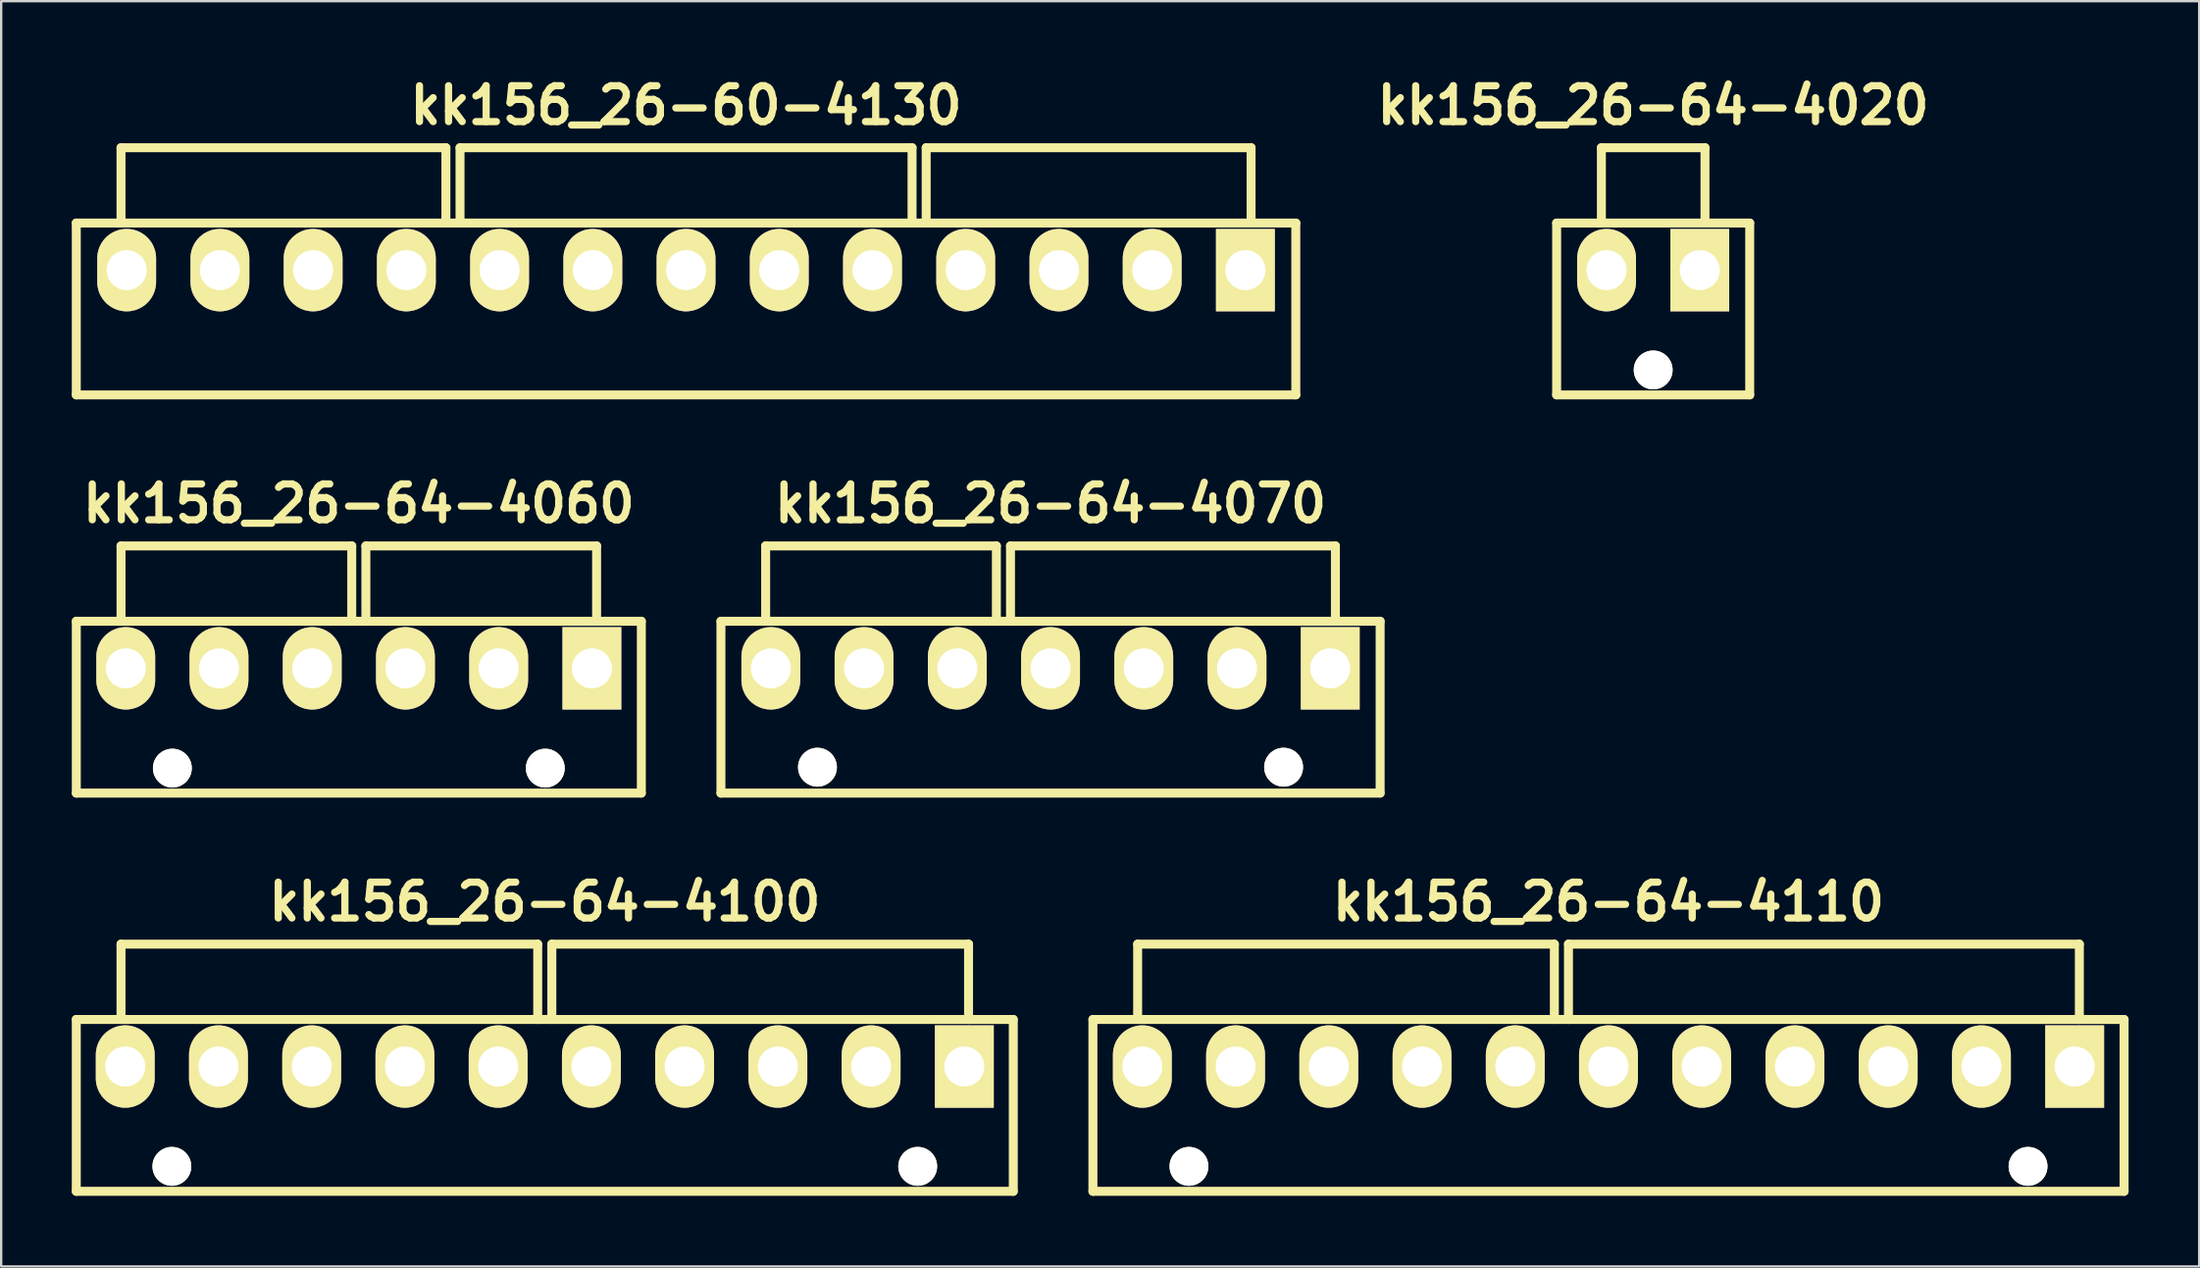
<source format=kicad_pcb>
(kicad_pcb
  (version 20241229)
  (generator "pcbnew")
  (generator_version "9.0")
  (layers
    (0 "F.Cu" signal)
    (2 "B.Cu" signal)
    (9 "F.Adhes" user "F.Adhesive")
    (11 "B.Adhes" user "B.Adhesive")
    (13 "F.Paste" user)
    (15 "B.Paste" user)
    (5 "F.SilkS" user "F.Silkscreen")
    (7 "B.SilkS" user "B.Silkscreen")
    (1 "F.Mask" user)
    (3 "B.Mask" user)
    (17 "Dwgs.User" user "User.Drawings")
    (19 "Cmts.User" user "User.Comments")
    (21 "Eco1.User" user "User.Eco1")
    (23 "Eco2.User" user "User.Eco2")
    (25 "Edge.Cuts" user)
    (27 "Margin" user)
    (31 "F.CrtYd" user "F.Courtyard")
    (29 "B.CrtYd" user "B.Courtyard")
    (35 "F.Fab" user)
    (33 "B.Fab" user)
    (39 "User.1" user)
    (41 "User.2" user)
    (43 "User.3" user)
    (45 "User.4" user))
  (footprint "kk156_26-60-4130"
    (layer "F.Cu")
    (at 26.09 8.426)
    (property "Reference" "kk156_26-60-4130" (at 0 -7 0) (layer "F.SilkS") (effects (font (size 1.524 1.524) (thickness 0.305))))
    (attr through_hole)
    (fp_line (start -25.9 -2) (end 25.9 -2) (stroke (width 0.381) (type solid)) (layer "F.SilkS"))
    (fp_line (start -25.9 5.3) (end -25.9 -2) (stroke (width 0.381) (type solid)) (layer "F.SilkS"))
    (fp_line (start -25.9 5.3) (end 25.9 5.3) (stroke (width 0.381) (type solid)) (layer "F.SilkS"))
    (fp_line (start -24 -2) (end -24 -5.2) (stroke (width 0.381) (type solid)) (layer "F.SilkS"))
    (fp_line (start -10.2 -5.2) (end -24 -5.2) (stroke (width 0.381) (type solid)) (layer "F.SilkS"))
    (fp_line (start -10.2 -2) (end -10.2 -5.2) (stroke (width 0.381) (type solid)) (layer "F.SilkS"))
    (fp_line (start -9.6 -5.2) (end 9.6 -5.2) (stroke (width 0.381) (type solid)) (layer "F.SilkS"))
    (fp_line (start -9.6 -2) (end -9.6 -5.2) (stroke (width 0.381) (type solid)) (layer "F.SilkS"))
    (fp_line (start 9.6 -5.2) (end 9.6 -2) (stroke (width 0.381) (type solid)) (layer "F.SilkS"))
    (fp_line (start 10.2 -5.2) (end 24 -5.2) (stroke (width 0.381) (type solid)) (layer "F.SilkS"))
    (fp_line (start 10.2 -2) (end 10.2 -5.2) (stroke (width 0.381) (type solid)) (layer "F.SilkS"))
    (fp_line (start 24 -5.2) (end 24 -2) (stroke (width 0.381) (type solid)) (layer "F.SilkS"))
    (fp_line (start 25.9 -2) (end 25.9 5.3) (stroke (width 0.381) (type solid)) (layer "F.SilkS"))
    (pad "1" thru_hole rect (at 23.76 0) (size 2.5 3.5) (drill 1.7) (layers "*.Cu" "*.Mask" "F.SilkS"))
    (pad "2" thru_hole oval (at 19.8 0) (size 2.5 3.5) (drill 1.7) (layers "*.Cu" "*.Mask" "F.SilkS"))
    (pad "3" thru_hole oval (at 15.84 0) (size 2.5 3.5) (drill 1.7) (layers "*.Cu" "*.Mask" "F.SilkS"))
    (pad "4" thru_hole oval (at 11.88 0) (size 2.5 3.5) (drill 1.7) (layers "*.Cu" "*.Mask" "F.SilkS"))
    (pad "5" thru_hole oval (at 7.92 0) (size 2.5 3.5) (drill 1.7) (layers "*.Cu" "*.Mask" "F.SilkS"))
    (pad "6" thru_hole oval (at 3.96 0) (size 2.5 3.5) (drill 1.7) (layers "*.Cu" "*.Mask" "F.SilkS"))
    (pad "7" thru_hole oval (at 0 0) (size 2.5 3.5) (drill 1.7) (layers "*.Cu" "*.Mask" "F.SilkS"))
    (pad "8" thru_hole oval (at -3.96 0) (size 2.5 3.5) (drill 1.7) (layers "*.Cu" "*.Mask" "F.SilkS"))
    (pad "9" thru_hole oval (at -7.92 0) (size 2.5 3.5) (drill 1.7) (layers "*.Cu" "*.Mask" "F.SilkS"))
    (pad "10" thru_hole oval (at -11.88 0) (size 2.5 3.5) (drill 1.7) (layers "*.Cu" "*.Mask" "F.SilkS"))
    (pad "11" thru_hole oval (at -15.84 0) (size 2.5 3.5) (drill 1.7) (layers "*.Cu" "*.Mask" "F.SilkS"))
    (pad "12" thru_hole oval (at -19.8 0) (size 2.5 3.5) (drill 1.7) (layers "*.Cu" "*.Mask" "F.SilkS"))
    (pad "13" thru_hole oval (at -23.76 0) (size 2.5 3.5) (drill 1.7) (layers "*.Cu" "*.Mask" "F.SilkS")))
  (footprint "kk156_26-64-4070"
    (layer "F.Cu")
    (at 41.572 25.343)
    (property "Reference" "kk156_26-64-4070" (at 0 -7 0) (layer "F.SilkS") (effects (font (size 1.524 1.524) (thickness 0.305))))
    (attr through_hole)
    (fp_line (start -14 -2) (end 14 -2) (stroke (width 0.381) (type solid)) (layer "F.SilkS"))
    (fp_line (start -14 5.3) (end -14 -2) (stroke (width 0.381) (type solid)) (layer "F.SilkS"))
    (fp_line (start -14 5.3) (end 14 5.3) (stroke (width 0.381) (type solid)) (layer "F.SilkS"))
    (fp_line (start -12.1 -2) (end -12.1 -5.2) (stroke (width 0.381) (type solid)) (layer "F.SilkS"))
    (fp_line (start -2.3 -5.2) (end -12.1 -5.2) (stroke (width 0.381) (type solid)) (layer "F.SilkS"))
    (fp_line (start -2.3 -2) (end -2.3 -5.2) (stroke (width 0.381) (type solid)) (layer "F.SilkS"))
    (fp_line (start -1.7 -5.2) (end 12.1 -5.2) (stroke (width 0.381) (type solid)) (layer "F.SilkS"))
    (fp_line (start -1.7 -2) (end -1.7 -5.2) (stroke (width 0.381) (type solid)) (layer "F.SilkS"))
    (fp_line (start 12.1 -5.2) (end 12.1 -2) (stroke (width 0.381) (type solid)) (layer "F.SilkS"))
    (fp_line (start 14 -2) (end 14 5.3) (stroke (width 0.381) (type solid)) (layer "F.SilkS"))
    (pad "" np_thru_hole circle (at -9.9 4.2) (size 1.65 1.65) (drill 1.65) (layers "*.Cu" "F.SilkS"))
    (pad "" np_thru_hole circle (at 9.9 4.2) (size 1.65 1.65) (drill 1.65) (layers "*.Cu" "F.SilkS"))
    (pad "1" thru_hole rect (at 11.88 0) (size 2.5 3.5) (drill 1.7) (layers "*.Cu" "*.Mask" "F.SilkS"))
    (pad "2" thru_hole oval (at 7.92 0) (size 2.5 3.5) (drill 1.7) (layers "*.Cu" "*.Mask" "F.SilkS"))
    (pad "3" thru_hole oval (at 3.96 0) (size 2.5 3.5) (drill 1.7) (layers "*.Cu" "*.Mask" "F.SilkS"))
    (pad "4" thru_hole oval (at 0 0) (size 2.5 3.5) (drill 1.7) (layers "*.Cu" "*.Mask" "F.SilkS"))
    (pad "5" thru_hole oval (at -3.96 0) (size 2.5 3.5) (drill 1.7) (layers "*.Cu" "*.Mask" "F.SilkS"))
    (pad "6" thru_hole oval (at -7.92 0) (size 2.5 3.5) (drill 1.7) (layers "*.Cu" "*.Mask" "F.SilkS"))
    (pad "7" thru_hole oval (at -11.88 0) (size 2.5 3.5) (drill 1.7) (layers "*.Cu" "*.Mask" "F.SilkS")))
  (footprint "kk156_26-64-4020"
    (layer "F.Cu")
    (at 67.17 8.426)
    (property "Reference" "kk156_26-64-4020" (at 0 -7 0) (layer "F.SilkS") (effects (font (size 1.524 1.524) (thickness 0.305))))
    (attr through_hole)
    (fp_line (start -4.1 -2) (end 4.1 -2) (stroke (width 0.381) (type solid)) (layer "F.SilkS"))
    (fp_line (start -4.1 5.3) (end -4.1 -2) (stroke (width 0.381) (type solid)) (layer "F.SilkS"))
    (fp_line (start -4.1 5.3) (end 4.1 5.3) (stroke (width 0.381) (type solid)) (layer "F.SilkS"))
    (fp_line (start -2.2 -5.2) (end 2.2 -5.2) (stroke (width 0.381) (type solid)) (layer "F.SilkS"))
    (fp_line (start -2.2 -2) (end -2.2 -5.2) (stroke (width 0.381) (type solid)) (layer "F.SilkS"))
    (fp_line (start 2.2 -5.2) (end 2.2 -2) (stroke (width 0.381) (type solid)) (layer "F.SilkS"))
    (fp_line (start 4.1 -2) (end 4.1 5.3) (stroke (width 0.381) (type solid)) (layer "F.SilkS"))
    (pad "" np_thru_hole circle (at 0 4.24) (size 1.65 1.65) (drill 1.65) (layers "*.Cu" "*.Mask" "F.SilkS"))
    (pad "1" thru_hole rect (at 1.98 0) (size 2.5 3.5) (drill 1.7) (layers "*.Cu" "*.Mask" "F.SilkS"))
    (pad "2" thru_hole oval (at -1.98 0) (size 2.5 3.5) (drill 1.7) (layers "*.Cu" "*.Mask" "F.SilkS")))
  (footprint "kk156_26-64-4060"
    (layer "F.Cu")
    (at 12.191 25.343)
    (property "Reference" "kk156_26-64-4060" (at 0 -7 0) (layer "F.SilkS") (effects (font (size 1.524 1.524) (thickness 0.305))))
    (attr through_hole)
    (fp_line (start -12 -2) (end 12 -2) (stroke (width 0.381) (type solid)) (layer "F.SilkS"))
    (fp_line (start -12 5.3) (end -12 -2) (stroke (width 0.381) (type solid)) (layer "F.SilkS"))
    (fp_line (start -12 5.3) (end 12 5.3) (stroke (width 0.381) (type solid)) (layer "F.SilkS"))
    (fp_line (start -10.1 -2) (end -10.1 -5.2) (stroke (width 0.381) (type solid)) (layer "F.SilkS"))
    (fp_line (start -0.3 -5.2) (end -10.1 -5.2) (stroke (width 0.381) (type solid)) (layer "F.SilkS"))
    (fp_line (start -0.3 -2) (end -0.3 -5.2) (stroke (width 0.381) (type solid)) (layer "F.SilkS"))
    (fp_line (start 0.3 -5.2) (end 10.1 -5.2) (stroke (width 0.381) (type solid)) (layer "F.SilkS"))
    (fp_line (start 0.3 -2) (end 0.3 -5.2) (stroke (width 0.381) (type solid)) (layer "F.SilkS"))
    (fp_line (start 10.1 -5.2) (end 10.1 -2) (stroke (width 0.381) (type solid)) (layer "F.SilkS"))
    (fp_line (start 12 -2) (end 12 5.3) (stroke (width 0.381) (type solid)) (layer "F.SilkS"))
    (pad "" np_thru_hole circle (at -7.92 4.24) (size 1.65 1.65) (drill 1.65) (layers "*.Cu" "F.SilkS"))
    (pad "" np_thru_hole circle (at 7.92 4.24) (size 1.65 1.65) (drill 1.65) (layers "*.Cu" "F.SilkS"))
    (pad "1" thru_hole rect (at 9.9 0) (size 2.5 3.5) (drill 1.7) (layers "*.Cu" "*.Mask" "F.SilkS"))
    (pad "2" thru_hole oval (at 5.94 0) (size 2.5 3.5) (drill 1.7) (layers "*.Cu" "*.Mask" "F.SilkS"))
    (pad "3" thru_hole oval (at 1.98 0) (size 2.5 3.5) (drill 1.7) (layers "*.Cu" "*.Mask" "F.SilkS"))
    (pad "4" thru_hole oval (at -1.98 0) (size 2.5 3.5) (drill 1.7) (layers "*.Cu" "*.Mask" "F.SilkS"))
    (pad "5" thru_hole oval (at -5.94 0) (size 2.5 3.5) (drill 1.7) (layers "*.Cu" "*.Mask" "F.SilkS"))
    (pad "6" thru_hole oval (at -9.9 0) (size 2.5 3.5) (drill 1.7) (layers "*.Cu" "*.Mask" "F.SilkS")))
  (footprint "kk156_26-64-4110"
    (layer "F.Cu")
    (at 65.272 42.26)
    (property "Reference" "kk156_26-64-4110" (at 0 -7 0) (layer "F.SilkS") (effects (font (size 1.524 1.524) (thickness 0.305))))
    (attr through_hole)
    (fp_line (start -21.9 -2) (end 21.9 -2) (stroke (width 0.381) (type solid)) (layer "F.SilkS"))
    (fp_line (start -21.9 5.3) (end -21.9 -2) (stroke (width 0.381) (type solid)) (layer "F.SilkS"))
    (fp_line (start -21.9 5.3) (end 21.9 5.3) (stroke (width 0.381) (type solid)) (layer "F.SilkS"))
    (fp_line (start -20 -2) (end -20 -5.2) (stroke (width 0.381) (type solid)) (layer "F.SilkS"))
    (fp_line (start -2.3 -5.2) (end -20 -5.2) (stroke (width 0.381) (type solid)) (layer "F.SilkS"))
    (fp_line (start -2.3 -2) (end -2.3 -5.2) (stroke (width 0.381) (type solid)) (layer "F.SilkS"))
    (fp_line (start -1.7 -5.2) (end 20 -5.2) (stroke (width 0.381) (type solid)) (layer "F.SilkS"))
    (fp_line (start -1.7 -2) (end -1.7 -5.2) (stroke (width 0.381) (type solid)) (layer "F.SilkS"))
    (fp_line (start 20 -5.2) (end 20 -2) (stroke (width 0.381) (type solid)) (layer "F.SilkS"))
    (fp_line (start 21.9 -2) (end 21.9 5.3) (stroke (width 0.381) (type solid)) (layer "F.SilkS"))
    (pad "" np_thru_hole circle (at -17.82 4.24) (size 1.65 1.65) (drill 1.65) (layers "*.Cu" "F.SilkS"))
    (pad "" np_thru_hole circle (at 17.82 4.24) (size 1.65 1.65) (drill 1.65) (layers "*.Cu" "F.SilkS"))
    (pad "1" thru_hole rect (at 19.8 0) (size 2.5 3.5) (drill 1.7) (layers "*.Cu" "*.Mask" "F.SilkS"))
    (pad "2" thru_hole oval (at 15.84 0) (size 2.5 3.5) (drill 1.7) (layers "*.Cu" "*.Mask" "F.SilkS"))
    (pad "3" thru_hole oval (at 11.88 0) (size 2.5 3.5) (drill 1.7) (layers "*.Cu" "*.Mask" "F.SilkS"))
    (pad "4" thru_hole oval (at 7.92 0) (size 2.5 3.5) (drill 1.7) (layers "*.Cu" "*.Mask" "F.SilkS"))
    (pad "5" thru_hole oval (at 3.96 0) (size 2.5 3.5) (drill 1.7) (layers "*.Cu" "*.Mask" "F.SilkS"))
    (pad "6" thru_hole oval (at 0 0) (size 2.5 3.5) (drill 1.7) (layers "*.Cu" "*.Mask" "F.SilkS"))
    (pad "7" thru_hole oval (at -3.96 0) (size 2.5 3.5) (drill 1.7) (layers "*.Cu" "*.Mask" "F.SilkS"))
    (pad "8" thru_hole oval (at -7.92 0) (size 2.5 3.5) (drill 1.7) (layers "*.Cu" "*.Mask" "F.SilkS"))
    (pad "9" thru_hole oval (at -11.88 0) (size 2.5 3.5) (drill 1.7) (layers "*.Cu" "*.Mask" "F.SilkS"))
    (pad "10" thru_hole oval (at -15.84 0) (size 2.5 3.5) (drill 1.7) (layers "*.Cu" "*.Mask" "F.SilkS"))
    (pad "11" thru_hole oval (at -19.8 0) (size 2.5 3.5) (drill 1.7) (layers "*.Cu" "*.Mask" "F.SilkS")))
  (footprint "kk156_26-64-4100"
    (layer "F.Cu")
    (at 20.09 42.26)
    (property "Reference" "kk156_26-64-4100" (at 0 -7 0) (layer "F.SilkS") (effects (font (size 1.524 1.524) (thickness 0.305))))
    (attr through_hole)
    (fp_line (start -19.9 -2) (end 19.9 -2) (stroke (width 0.381) (type solid)) (layer "F.SilkS"))
    (fp_line (start -19.9 5.3) (end -19.9 -2) (stroke (width 0.381) (type solid)) (layer "F.SilkS"))
    (fp_line (start -19.9 5.3) (end 19.9 5.3) (stroke (width 0.381) (type solid)) (layer "F.SilkS"))
    (fp_line (start -18 -2) (end -18 -5.2) (stroke (width 0.381) (type solid)) (layer "F.SilkS"))
    (fp_line (start -0.3 -5.2) (end -18 -5.2) (stroke (width 0.381) (type solid)) (layer "F.SilkS"))
    (fp_line (start -0.3 -2) (end -0.3 -5.2) (stroke (width 0.381) (type solid)) (layer "F.SilkS"))
    (fp_line (start 0.3 -5.2) (end 18 -5.2) (stroke (width 0.381) (type solid)) (layer "F.SilkS"))
    (fp_line (start 0.3 -2) (end 0.3 -5.2) (stroke (width 0.381) (type solid)) (layer "F.SilkS"))
    (fp_line (start 18 -5.2) (end 18 -2) (stroke (width 0.381) (type solid)) (layer "F.SilkS"))
    (fp_line (start 19.9 -2) (end 19.9 5.3) (stroke (width 0.381) (type solid)) (layer "F.SilkS"))
    (pad "" np_thru_hole circle (at -15.84 4.24) (size 1.65 1.65) (drill 1.65) (layers "*.Cu" "F.SilkS"))
    (pad "" np_thru_hole circle (at 15.84 4.24) (size 1.65 1.65) (drill 1.65) (layers "*.Cu" "F.SilkS"))
    (pad "1" thru_hole rect (at 17.82 0) (size 2.5 3.5) (drill 1.7) (layers "*.Cu" "*.Mask" "F.SilkS"))
    (pad "2" thru_hole oval (at 13.86 0) (size 2.5 3.5) (drill 1.7) (layers "*.Cu" "*.Mask" "F.SilkS"))
    (pad "3" thru_hole oval (at 9.9 0) (size 2.5 3.5) (drill 1.7) (layers "*.Cu" "*.Mask" "F.SilkS"))
    (pad "4" thru_hole oval (at 5.94 0) (size 2.5 3.5) (drill 1.7) (layers "*.Cu" "*.Mask" "F.SilkS"))
    (pad "5" thru_hole oval (at 1.98 0) (size 2.5 3.5) (drill 1.7) (layers "*.Cu" "*.Mask" "F.SilkS"))
    (pad "6" thru_hole oval (at -1.98 0) (size 2.5 3.5) (drill 1.7) (layers "*.Cu" "*.Mask" "F.SilkS"))
    (pad "7" thru_hole oval (at -5.94 0) (size 2.5 3.5) (drill 1.7) (layers "*.Cu" "*.Mask" "F.SilkS"))
    (pad "8" thru_hole oval (at -9.9 0) (size 2.5 3.5) (drill 1.7) (layers "*.Cu" "*.Mask" "F.SilkS"))
    (pad "9" thru_hole oval (at -13.86 0) (size 2.5 3.5) (drill 1.7) (layers "*.Cu" "*.Mask" "F.SilkS"))
    (pad "10" thru_hole oval (at -17.82 0) (size 2.5 3.5) (drill 1.7) (layers "*.Cu" "*.Mask" "F.SilkS")))
  (gr_rect
    (start -3 -3)
    (end 90.362 50.751)
    (stroke (width 0.1) (type default))
    (fill no)
    (layer "Edge.Cuts")))
</source>
